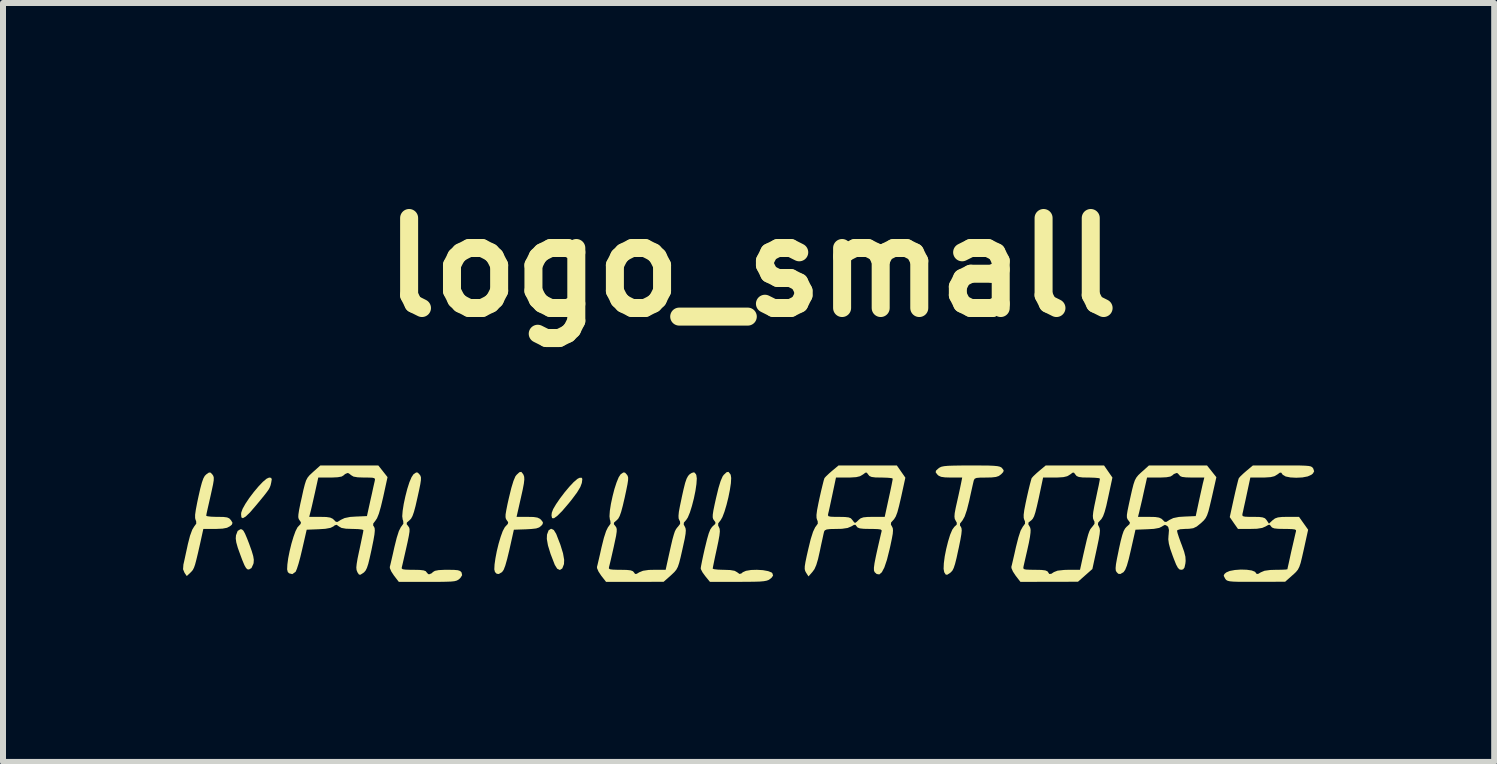
<source format=kicad_pcb>
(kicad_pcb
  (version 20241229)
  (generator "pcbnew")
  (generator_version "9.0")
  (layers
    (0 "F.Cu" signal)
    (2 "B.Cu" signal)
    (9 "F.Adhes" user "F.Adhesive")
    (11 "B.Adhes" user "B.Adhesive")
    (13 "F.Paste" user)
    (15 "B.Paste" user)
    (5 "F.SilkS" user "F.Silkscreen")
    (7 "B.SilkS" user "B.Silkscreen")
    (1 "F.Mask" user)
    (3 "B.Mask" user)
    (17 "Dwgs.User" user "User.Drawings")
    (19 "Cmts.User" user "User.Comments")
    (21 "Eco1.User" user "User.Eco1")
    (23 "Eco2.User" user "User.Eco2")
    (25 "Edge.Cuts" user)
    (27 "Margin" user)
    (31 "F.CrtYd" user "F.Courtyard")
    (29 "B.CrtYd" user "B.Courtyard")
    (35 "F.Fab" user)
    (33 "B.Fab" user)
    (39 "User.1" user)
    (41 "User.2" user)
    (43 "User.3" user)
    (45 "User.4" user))
  (footprint "logo_small"
    (layer "F.Cu")
    (at 9.481 1.404)
    (property "Reference" "logo_small" (at 0 0 0) (layer "F.SilkS") (effects (font (size 1.5 1.5) (thickness 0.3))))
    (attr board_only exclude_from_pos_files exclude_from_bom)
    (fp_poly (pts (xy -3.304 4.377) (xy -3.264 4.441) (xy -3.194 4.622) (xy -3.15 4.765) (xy -3.131 4.874) (xy -3.134 4.945) (xy -3.162 5.017) (xy -3.202 5.043) (xy -3.247 5.022) (xy -3.287 4.958) (xy -3.357 4.777) (xy -3.401 4.634) (xy -3.42 4.525) (xy -3.417 4.454) (xy -3.39 4.382) (xy -3.349 4.356)) (stroke (width 0) (type solid)) (fill yes) (layer "F.SilkS"))
    (fp_poly (pts (xy -2.828 3.526) (xy -2.835 3.581) (xy -2.837 3.594) (xy -2.862 3.661) (xy -2.916 3.751) (xy -3.003 3.868) (xy -3.058 3.936) (xy -3.164 4.06) (xy -3.245 4.141) (xy -3.301 4.181) (xy -3.333 4.179) (xy -3.342 4.136) (xy -3.337 4.088) (xy -3.314 4.028) (xy -3.265 3.945) (xy -3.199 3.849) (xy -3.123 3.749) (xy -3.044 3.655) (xy -2.971 3.577) (xy -2.91 3.525) (xy -2.875 3.507) (xy -2.84 3.506)) (stroke (width 0) (type solid)) (fill yes) (layer "F.SilkS"))
    (fp_poly (pts (xy -8.013 3.508) (xy -8.003 3.533) (xy -8.013 3.591) (xy -8.022 3.63) (xy -8.034 3.663) (xy -8.052 3.698) (xy -8.083 3.742) (xy -8.131 3.804) (xy -8.202 3.891) (xy -8.272 3.975) (xy -8.367 4.085) (xy -8.438 4.153) (xy -8.484 4.18) (xy -8.509 4.167) (xy -8.514 4.114) (xy -8.511 4.085) (xy -8.489 4.024) (xy -8.442 3.94) (xy -8.378 3.844) (xy -8.303 3.745) (xy -8.225 3.652) (xy -8.151 3.574) (xy -8.089 3.522) (xy -8.047 3.503)) (stroke (width 0) (type solid)) (fill yes) (layer "F.SilkS"))
    (fp_poly (pts (xy -8.5 4.367) (xy -8.476 4.388) (xy -8.449 4.436) (xy -8.414 4.518) (xy -8.38 4.606) (xy -8.337 4.726) (xy -8.312 4.811) (xy -8.302 4.872) (xy -8.305 4.922) (xy -8.309 4.941) (xy -8.341 5.011) (xy -8.383 5.035) (xy -8.408 5.032) (xy -8.432 5.01) (xy -8.459 4.962) (xy -8.494 4.878) (xy -8.525 4.795) (xy -8.569 4.673) (xy -8.594 4.584) (xy -8.603 4.519) (xy -8.599 4.466) (xy -8.597 4.46) (xy -8.571 4.392) (xy -8.527 4.365) (xy -8.526 4.364)) (stroke (width 0) (type solid)) (fill yes) (layer "F.SilkS"))
    (fp_poly (pts (xy -3.817 3.443) (xy -3.808 3.458) (xy -3.797 3.491) (xy -3.795 3.537) (xy -3.803 3.606) (xy -3.822 3.706) (xy -3.851 3.836) (xy -3.924 4.158) (xy -3.742 4.158) (xy -3.641 4.16) (xy -3.577 4.17) (xy -3.535 4.19) (xy -3.515 4.208) (xy -3.485 4.248) (xy -3.489 4.278) (xy -3.514 4.308) (xy -3.548 4.334) (xy -3.598 4.351) (xy -3.678 4.36) (xy -3.764 4.365) (xy -3.969 4.372) (xy -4.044 4.708) (xy -4.081 4.861) (xy -4.112 4.97) (xy -4.139 5.04) (xy -4.165 5.077) (xy -4.169 5.08) (xy -4.22 5.11) (xy -4.255 5.106) (xy -4.284 5.077) (xy -4.295 5.033) (xy -4.291 4.952) (xy -4.276 4.847) (xy -4.253 4.727) (xy -4.223 4.604) (xy -4.189 4.49) (xy -4.155 4.396) (xy -4.121 4.332) (xy -4.11 4.319) (xy -4.07 4.276) (xy -4.064 4.247) (xy -4.086 4.216) (xy -4.101 4.193) (xy -4.108 4.163) (xy -4.107 4.117) (xy -4.095 4.045) (xy -4.074 3.94) (xy -4.052 3.843) (xy -4.012 3.678) (xy -3.976 3.56) (xy -3.944 3.484) (xy -3.925 3.459) (xy -3.877 3.414) (xy -3.845 3.408)) (stroke (width 0) (type solid)) (fill yes) (layer "F.SilkS"))
    (fp_poly (pts (xy -9.022 3.421) (xy -8.993 3.451) (xy -8.977 3.475) (xy -8.969 3.504) (xy -8.97 3.549) (xy -8.981 3.617) (xy -9.003 3.719) (xy -9.023 3.81) (xy -9.05 3.929) (xy -9.073 4.03) (xy -9.089 4.103) (xy -9.095 4.138) (xy -9.096 4.139) (xy -9.073 4.148) (xy -9.012 4.155) (xy -8.926 4.158) (xy -8.909 4.158) (xy -8.81 4.159) (xy -8.748 4.167) (xy -8.711 4.183) (xy -8.684 4.212) (xy -8.682 4.214) (xy -8.657 4.257) (xy -8.668 4.288) (xy -8.699 4.314) (xy -8.749 4.34) (xy -8.823 4.354) (xy -8.933 4.359) (xy -8.95 4.359) (xy -9.143 4.359) (xy -9.197 4.605) (xy -9.232 4.759) (xy -9.259 4.871) (xy -9.28 4.951) (xy -9.299 5.005) (xy -9.318 5.042) (xy -9.341 5.07) (xy -9.358 5.087) (xy -9.419 5.144) (xy -9.456 5.091) (xy -9.481 5.031) (xy -9.475 4.951) (xy -9.473 4.944) (xy -9.458 4.877) (xy -9.437 4.779) (xy -9.412 4.665) (xy -9.401 4.613) (xy -9.365 4.473) (xy -9.328 4.372) (xy -9.296 4.319) (xy -9.261 4.271) (xy -9.263 4.228) (xy -9.271 4.212) (xy -9.28 4.178) (xy -9.28 4.122) (xy -9.268 4.038) (xy -9.245 3.917) (xy -9.226 3.828) (xy -9.194 3.686) (xy -9.167 3.586) (xy -9.143 3.518) (xy -9.119 3.475) (xy -9.093 3.449) (xy -9.049 3.419)) (stroke (width 0) (type solid)) (fill yes) (layer "F.SilkS"))
    (fp_poly (pts (xy -0.365 3.443) (xy -0.356 3.458) (xy -0.348 3.51) (xy -0.353 3.598) (xy -0.37 3.71) (xy -0.395 3.834) (xy -0.426 3.959) (xy -0.46 4.072) (xy -0.494 4.162) (xy -0.526 4.218) (xy -0.528 4.219) (xy -0.564 4.266) (xy -0.565 4.303) (xy -0.552 4.329) (xy -0.54 4.358) (xy -0.537 4.402) (xy -0.544 4.469) (xy -0.562 4.567) (xy -0.588 4.691) (xy -0.614 4.81) (xy -0.635 4.911) (xy -0.65 4.985) (xy -0.656 5.02) (xy -0.656 5.021) (xy -0.632 5.03) (xy -0.571 5.037) (xy -0.485 5.04) (xy -0.474 5.04) (xy -0.363 5.044) (xy -0.29 5.057) (xy -0.248 5.081) (xy -0.21 5.109) (xy -0.178 5.101) (xy -0.154 5.08) (xy -0.102 5.057) (xy -0.018 5.043) (xy 0.081 5.04) (xy 0.181 5.046) (xy 0.268 5.062) (xy 0.326 5.085) (xy 0.338 5.097) (xy 0.35 5.136) (xy 0.326 5.171) (xy 0.302 5.191) (xy 0.276 5.209) (xy 0.243 5.221) (xy 0.195 5.23) (xy 0.126 5.236) (xy 0.026 5.239) (xy -0.11 5.24) (xy -0.231 5.241) (xy -0.702 5.241) (xy -0.779 5.147) (xy -0.825 5.084) (xy -0.852 5.032) (xy -0.856 5.015) (xy -0.85 4.977) (xy -0.835 4.9) (xy -0.813 4.796) (xy -0.786 4.676) (xy -0.784 4.669) (xy -0.75 4.53) (xy -0.722 4.433) (xy -0.696 4.368) (xy -0.668 4.327) (xy -0.653 4.312) (xy -0.613 4.275) (xy -0.611 4.247) (xy -0.633 4.217) (xy -0.649 4.194) (xy -0.656 4.165) (xy -0.655 4.121) (xy -0.645 4.053) (xy -0.624 3.951) (xy -0.6 3.843) (xy -0.56 3.678) (xy -0.524 3.56) (xy -0.491 3.484) (xy -0.473 3.459) (xy -0.425 3.414) (xy -0.393 3.408)) (stroke (width 0) (type solid)) (fill yes) (layer "F.SilkS"))
    (fp_poly (pts (xy 3.812 3.302) (xy 3.938 3.303) (xy 4.028 3.307) (xy 4.089 3.313) (xy 4.128 3.322) (xy 4.153 3.334) (xy 4.166 3.347) (xy 4.192 3.382) (xy 4.185 3.411) (xy 4.15 3.448) (xy 4.111 3.477) (xy 4.063 3.493) (xy 3.991 3.501) (xy 3.898 3.503) (xy 3.8 3.504) (xy 3.741 3.509) (xy 3.71 3.522) (xy 3.696 3.545) (xy 3.692 3.559) (xy 3.681 3.606) (xy 3.662 3.69) (xy 3.638 3.797) (xy 3.618 3.89) (xy 3.579 4.044) (xy 3.542 4.152) (xy 3.506 4.217) (xy 3.501 4.223) (xy 3.465 4.269) (xy 3.464 4.302) (xy 3.478 4.322) (xy 3.489 4.346) (xy 3.493 4.385) (xy 3.487 4.447) (xy 3.471 4.54) (xy 3.444 4.673) (xy 3.437 4.703) (xy 3.407 4.843) (xy 3.382 4.942) (xy 3.36 5.009) (xy 3.338 5.053) (xy 3.312 5.081) (xy 3.299 5.092) (xy 3.252 5.122) (xy 3.227 5.12) (xy 3.203 5.083) (xy 3.201 5.079) (xy 3.191 5.023) (xy 3.195 4.931) (xy 3.21 4.816) (xy 3.235 4.691) (xy 3.266 4.567) (xy 3.3 4.456) (xy 3.336 4.371) (xy 3.369 4.325) (xy 3.409 4.288) (xy 3.411 4.256) (xy 3.393 4.223) (xy 3.377 4.192) (xy 3.372 4.154) (xy 3.376 4.097) (xy 3.392 4.011) (xy 3.413 3.917) (xy 3.439 3.801) (xy 3.462 3.695) (xy 3.479 3.614) (xy 3.485 3.584) (xy 3.501 3.503) (xy 3.317 3.503) (xy 3.215 3.5) (xy 3.15 3.491) (xy 3.108 3.472) (xy 3.087 3.453) (xy 3.059 3.416) (xy 3.064 3.388) (xy 3.102 3.353) (xy 3.127 3.335) (xy 3.157 3.322) (xy 3.202 3.313) (xy 3.267 3.307) (xy 3.361 3.304) (xy 3.491 3.302) (xy 3.644 3.302)) (stroke (width 0) (type solid)) (fill yes) (layer "F.SilkS"))
    (fp_poly (pts (xy -5.57 3.421) (xy -5.541 3.451) (xy -5.525 3.474) (xy -5.517 3.503) (xy -5.518 3.547) (xy -5.528 3.614) (xy -5.548 3.713) (xy -5.575 3.835) (xy -5.607 3.976) (xy -5.634 4.076) (xy -5.658 4.144) (xy -5.682 4.188) (xy -5.709 4.216) (xy -5.711 4.217) (xy -5.752 4.253) (xy -5.755 4.28) (xy -5.732 4.31) (xy -5.715 4.333) (xy -5.707 4.361) (xy -5.708 4.406) (xy -5.719 4.475) (xy -5.74 4.578) (xy -5.757 4.654) (xy -5.784 4.773) (xy -5.808 4.878) (xy -5.826 4.956) (xy -5.836 4.996) (xy -5.838 5.017) (xy -5.82 5.031) (xy -5.775 5.037) (xy -5.691 5.04) (xy -5.645 5.04) (xy -5.537 5.042) (xy -5.471 5.05) (xy -5.436 5.064) (xy -5.427 5.077) (xy -5.397 5.111) (xy -5.38 5.115) (xy -5.339 5.098) (xy -5.317 5.077) (xy -5.284 5.057) (xy -5.222 5.045) (xy -5.122 5.04) (xy -5.075 5.04) (xy -4.969 5.041) (xy -4.902 5.047) (xy -4.864 5.06) (xy -4.842 5.082) (xy -4.84 5.087) (xy -4.831 5.13) (xy -4.859 5.174) (xy -4.872 5.187) (xy -4.895 5.206) (xy -4.922 5.22) (xy -4.96 5.23) (xy -5.018 5.236) (xy -5.103 5.239) (xy -5.223 5.241) (xy -5.384 5.241) (xy -5.408 5.241) (xy -5.886 5.241) (xy -5.967 5.136) (xy -6.011 5.069) (xy -6.035 5.013) (xy -6.036 4.991) (xy -6.026 4.952) (xy -6.008 4.875) (xy -5.984 4.771) (xy -5.96 4.663) (xy -5.921 4.507) (xy -5.885 4.394) (xy -5.851 4.327) (xy -5.845 4.32) (xy -5.81 4.271) (xy -5.813 4.224) (xy -5.821 4.205) (xy -5.829 4.148) (xy -5.822 4.057) (xy -5.804 3.942) (xy -5.777 3.817) (xy -5.745 3.692) (xy -5.71 3.582) (xy -5.674 3.497) (xy -5.642 3.449) (xy -5.641 3.448) (xy -5.597 3.418)) (stroke (width 0) (type solid)) (fill yes) (layer "F.SilkS"))
    (fp_poly (pts (xy -0.937 3.445) (xy -0.929 3.461) (xy -0.921 3.518) (xy -0.927 3.611) (xy -0.944 3.726) (xy -0.97 3.852) (xy -1.002 3.976) (xy -1.036 4.085) (xy -1.071 4.169) (xy -1.098 4.21) (xy -1.136 4.253) (xy -1.139 4.287) (xy -1.122 4.318) (xy -1.109 4.346) (xy -1.104 4.383) (xy -1.108 4.439) (xy -1.122 4.522) (xy -1.148 4.641) (xy -1.161 4.7) (xy -1.191 4.832) (xy -1.215 4.926) (xy -1.237 4.991) (xy -1.262 5.038) (xy -1.294 5.077) (xy -1.338 5.119) (xy -1.354 5.134) (xy -1.474 5.24) (xy -1.954 5.241) (xy -2.433 5.241) (xy -2.515 5.136) (xy -2.559 5.069) (xy -2.583 5.013) (xy -2.584 4.991) (xy -2.574 4.952) (xy -2.556 4.875) (xy -2.532 4.771) (xy -2.508 4.663) (xy -2.469 4.507) (xy -2.432 4.394) (xy -2.399 4.327) (xy -2.392 4.32) (xy -2.358 4.271) (xy -2.361 4.224) (xy -2.369 4.205) (xy -2.376 4.148) (xy -2.37 4.057) (xy -2.352 3.942) (xy -2.325 3.817) (xy -2.293 3.692) (xy -2.257 3.582) (xy -2.222 3.497) (xy -2.19 3.449) (xy -2.189 3.448) (xy -2.145 3.418) (xy -2.117 3.421) (xy -2.089 3.451) (xy -2.073 3.474) (xy -2.065 3.503) (xy -2.066 3.547) (xy -2.076 3.614) (xy -2.096 3.713) (xy -2.122 3.835) (xy -2.155 3.976) (xy -2.182 4.076) (xy -2.206 4.144) (xy -2.23 4.188) (xy -2.257 4.216) (xy -2.259 4.217) (xy -2.3 4.253) (xy -2.303 4.28) (xy -2.279 4.31) (xy -2.263 4.333) (xy -2.255 4.361) (xy -2.256 4.406) (xy -2.266 4.475) (xy -2.288 4.578) (xy -2.304 4.654) (xy -2.331 4.773) (xy -2.355 4.878) (xy -2.374 4.956) (xy -2.384 4.996) (xy -2.386 5.018) (xy -2.368 5.031) (xy -2.322 5.037) (xy -2.238 5.04) (xy -2.195 5.04) (xy -2.089 5.042) (xy -2.023 5.049) (xy -1.985 5.064) (xy -1.969 5.082) (xy -1.949 5.109) (xy -1.922 5.107) (xy -1.881 5.082) (xy -1.817 5.056) (xy -1.722 5.042) (xy -1.628 5.04) (xy -1.44 5.04) (xy -1.386 4.794) (xy -1.352 4.642) (xy -1.326 4.531) (xy -1.304 4.453) (xy -1.286 4.399) (xy -1.267 4.362) (xy -1.246 4.334) (xy -1.234 4.321) (xy -1.199 4.275) (xy -1.2 4.237) (xy -1.212 4.213) (xy -1.224 4.184) (xy -1.226 4.141) (xy -1.22 4.075) (xy -1.202 3.978) (xy -1.173 3.841) (xy -1.173 3.839) (xy -1.141 3.695) (xy -1.115 3.592) (xy -1.091 3.522) (xy -1.066 3.476) (xy -1.038 3.446) (xy -1.004 3.425) (xy -0.965 3.415)) (stroke (width 0) (type solid)) (fill yes) (layer "F.SilkS"))
    (fp_poly (pts (xy 9.002 3.301) (xy 9.127 3.302) (xy 9.215 3.305) (xy 9.275 3.31) (xy 9.311 3.318) (xy 9.333 3.331) (xy 9.346 3.347) (xy 9.351 3.355) (xy 9.365 3.399) (xy 9.345 3.435) (xy 9.32 3.456) (xy 9.258 3.484) (xy 9.169 3.501) (xy 9.068 3.506) (xy 8.97 3.501) (xy 8.89 3.485) (xy 8.842 3.457) (xy 8.84 3.454) (xy 8.817 3.422) (xy 8.793 3.422) (xy 8.749 3.454) (xy 8.748 3.454) (xy 8.702 3.481) (xy 8.639 3.496) (xy 8.546 3.502) (xy 8.494 3.503) (xy 8.302 3.503) (xy 8.244 3.773) (xy 8.219 3.89) (xy 8.196 3.993) (xy 8.18 4.069) (xy 8.172 4.101) (xy 8.168 4.13) (xy 8.179 4.147) (xy 8.215 4.155) (xy 8.285 4.158) (xy 8.347 4.158) (xy 8.447 4.159) (xy 8.508 4.167) (xy 8.546 4.182) (xy 8.571 4.21) (xy 8.574 4.214) (xy 8.612 4.271) (xy 8.673 4.214) (xy 8.713 4.184) (xy 8.762 4.167) (xy 8.833 4.159) (xy 8.924 4.158) (xy 9.113 4.158) (xy 9.189 4.265) (xy 9.265 4.372) (xy 9.193 4.7) (xy 9.163 4.832) (xy 9.14 4.926) (xy 9.118 4.991) (xy 9.094 5.038) (xy 9.062 5.077) (xy 9.018 5.119) (xy 9.001 5.133) (xy 8.882 5.239) (xy 8.4 5.24) (xy 8.233 5.24) (xy 8.109 5.24) (xy 8.021 5.237) (xy 7.963 5.232) (xy 7.925 5.223) (xy 7.902 5.211) (xy 7.887 5.194) (xy 7.881 5.184) (xy 7.858 5.14) (xy 7.87 5.11) (xy 7.902 5.083) (xy 7.959 5.059) (xy 8.045 5.043) (xy 8.144 5.036) (xy 8.243 5.039) (xy 8.325 5.051) (xy 8.378 5.072) (xy 8.387 5.082) (xy 8.408 5.109) (xy 8.434 5.107) (xy 8.476 5.082) (xy 8.538 5.056) (xy 8.632 5.043) (xy 8.73 5.04) (xy 8.821 5.039) (xy 8.888 5.036) (xy 8.919 5.031) (xy 8.92 5.03) (xy 8.925 5.002) (xy 8.94 4.936) (xy 8.96 4.845) (xy 8.983 4.739) (xy 9.008 4.631) (xy 9.031 4.532) (xy 9.049 4.453) (xy 9.06 4.408) (xy 9.062 4.403) (xy 9.063 4.381) (xy 9.046 4.368) (xy 9 4.362) (xy 8.916 4.359) (xy 8.873 4.359) (xy 8.767 4.357) (xy 8.7 4.35) (xy 8.663 4.335) (xy 8.647 4.317) (xy 8.627 4.29) (xy 8.6 4.292) (xy 8.558 4.317) (xy 8.5 4.342) (xy 8.412 4.356) (xy 8.295 4.359) (xy 8.096 4.359) (xy 8.027 4.261) (xy 7.959 4.162) (xy 8.027 3.851) (xy 8.054 3.731) (xy 8.079 3.627) (xy 8.098 3.551) (xy 8.11 3.513) (xy 8.111 3.512) (xy 8.138 3.481) (xy 8.191 3.431) (xy 8.236 3.392) (xy 8.345 3.301) (xy 8.834 3.301)) (stroke (width 0) (type solid)) (fill yes) (layer "F.SilkS"))
    (fp_poly (pts (xy 5.934 3.402) (xy 6.004 3.503) (xy 5.934 3.829) (xy 5.902 3.974) (xy 5.874 4.077) (xy 5.848 4.148) (xy 5.821 4.194) (xy 5.805 4.211) (xy 5.766 4.255) (xy 5.763 4.289) (xy 5.779 4.32) (xy 5.791 4.348) (xy 5.796 4.387) (xy 5.791 4.445) (xy 5.776 4.533) (xy 5.75 4.658) (xy 5.741 4.7) (xy 5.67 5.027) (xy 5.55 5.133) (xy 5.43 5.239) (xy 4.951 5.24) (xy 4.471 5.241) (xy 4.39 5.136) (xy 4.346 5.069) (xy 4.322 5.013) (xy 4.322 5.011) (xy 4.519 5.011) (xy 4.529 5.028) (xy 4.563 5.036) (xy 4.63 5.039) (xy 4.712 5.04) (xy 4.82 5.042) (xy 4.886 5.05) (xy 4.921 5.065) (xy 4.93 5.077) (xy 4.952 5.11) (xy 4.987 5.106) (xy 5.029 5.078) (xy 5.091 5.054) (xy 5.201 5.042) (xy 5.271 5.04) (xy 5.464 5.04) (xy 5.518 4.794) (xy 5.553 4.642) (xy 5.579 4.531) (xy 5.6 4.453) (xy 5.619 4.399) (xy 5.637 4.362) (xy 5.659 4.334) (xy 5.67 4.321) (xy 5.705 4.275) (xy 5.705 4.237) (xy 5.692 4.213) (xy 5.681 4.184) (xy 5.678 4.14) (xy 5.685 4.074) (xy 5.703 3.975) (xy 5.729 3.852) (xy 5.754 3.732) (xy 5.776 3.631) (xy 5.79 3.558) (xy 5.796 3.523) (xy 5.796 3.521) (xy 5.773 3.512) (xy 5.711 3.506) (xy 5.624 3.503) (xy 5.607 3.503) (xy 5.506 3.501) (xy 5.444 3.493) (xy 5.407 3.477) (xy 5.388 3.454) (xy 5.364 3.422) (xy 5.34 3.422) (xy 5.297 3.454) (xy 5.296 3.454) (xy 5.25 3.481) (xy 5.187 3.496) (xy 5.094 3.502) (xy 5.042 3.503) (xy 4.849 3.503) (xy 4.777 3.843) (xy 4.745 3.984) (xy 4.72 4.083) (xy 4.698 4.15) (xy 4.675 4.192) (xy 4.65 4.218) (xy 4.645 4.221) (xy 4.605 4.253) (xy 4.604 4.285) (xy 4.623 4.316) (xy 4.635 4.341) (xy 4.641 4.375) (xy 4.639 4.423) (xy 4.63 4.493) (xy 4.612 4.59) (xy 4.583 4.721) (xy 4.544 4.891) (xy 4.523 4.983) (xy 4.519 5.011) (xy 4.322 5.011) (xy 4.32 4.991) (xy 4.33 4.952) (xy 4.348 4.875) (xy 4.372 4.771) (xy 4.396 4.663) (xy 4.437 4.502) (xy 4.474 4.388) (xy 4.51 4.323) (xy 4.513 4.319) (xy 4.548 4.271) (xy 4.546 4.229) (xy 4.536 4.21) (xy 4.526 4.176) (xy 4.525 4.124) (xy 4.535 4.046) (xy 4.557 3.933) (xy 4.575 3.848) (xy 4.602 3.728) (xy 4.627 3.625) (xy 4.647 3.55) (xy 4.658 3.513) (xy 4.659 3.512) (xy 4.686 3.481) (xy 4.739 3.431) (xy 4.784 3.392) (xy 4.893 3.301) (xy 5.379 3.301) (xy 5.864 3.301)) (stroke (width 0) (type solid)) (fill yes) (layer "F.SilkS"))
    (fp_poly (pts (xy 7.658 3.399) (xy 7.736 3.497) (xy 7.66 3.834) (xy 7.628 3.969) (xy 7.604 4.065) (xy 7.581 4.132) (xy 7.557 4.179) (xy 7.527 4.217) (xy 7.487 4.255) (xy 7.477 4.264) (xy 7.409 4.319) (xy 7.351 4.347) (xy 7.279 4.357) (xy 7.226 4.358) (xy 7.134 4.364) (xy 7.088 4.378) (xy 7.081 4.391) (xy 7.089 4.428) (xy 7.112 4.499) (xy 7.145 4.591) (xy 7.158 4.624) (xy 7.199 4.738) (xy 7.22 4.822) (xy 7.224 4.892) (xy 7.22 4.933) (xy 7.205 5.002) (xy 7.182 5.033) (xy 7.149 5.04) (xy 7.12 5.033) (xy 7.094 5.006) (xy 7.065 4.952) (xy 7.029 4.862) (xy 7.009 4.809) (xy 6.967 4.69) (xy 6.944 4.602) (xy 6.935 4.532) (xy 6.939 4.464) (xy 6.94 4.46) (xy 6.946 4.377) (xy 6.934 4.328) (xy 6.917 4.309) (xy 6.879 4.291) (xy 6.84 4.311) (xy 6.834 4.317) (xy 6.783 4.342) (xy 6.694 4.358) (xy 6.589 4.364) (xy 6.388 4.372) (xy 6.312 4.708) (xy 6.276 4.861) (xy 6.245 4.97) (xy 6.217 5.04) (xy 6.191 5.077) (xy 6.188 5.08) (xy 6.136 5.11) (xy 6.101 5.106) (xy 6.072 5.076) (xy 6.06 5.052) (xy 6.057 5.012) (xy 6.063 4.948) (xy 6.08 4.853) (xy 6.108 4.717) (xy 6.11 4.704) (xy 6.141 4.564) (xy 6.167 4.465) (xy 6.19 4.397) (xy 6.214 4.353) (xy 6.242 4.321) (xy 6.247 4.318) (xy 6.289 4.279) (xy 6.295 4.251) (xy 6.27 4.217) (xy 6.254 4.195) (xy 6.245 4.167) (xy 6.245 4.158) (xy 6.43 4.158) (xy 6.613 4.158) (xy 6.715 4.16) (xy 6.78 4.17) (xy 6.821 4.189) (xy 6.841 4.207) (xy 6.874 4.24) (xy 6.902 4.242) (xy 6.947 4.214) (xy 6.954 4.209) (xy 7.018 4.178) (xy 7.112 4.159) (xy 7.207 4.153) (xy 7.392 4.145) (xy 7.446 3.893) (xy 7.471 3.779) (xy 7.494 3.676) (xy 7.511 3.599) (xy 7.518 3.572) (xy 7.535 3.503) (xy 7.336 3.503) (xy 7.229 3.5) (xy 7.164 3.492) (xy 7.13 3.477) (xy 7.122 3.465) (xy 7.09 3.431) (xy 7.072 3.427) (xy 7.027 3.445) (xy 7.005 3.465) (xy 6.97 3.486) (xy 6.904 3.498) (xy 6.798 3.503) (xy 6.777 3.503) (xy 6.581 3.503) (xy 6.526 3.748) (xy 6.501 3.863) (xy 6.476 3.969) (xy 6.457 4.049) (xy 6.451 4.076) (xy 6.43 4.158) (xy 6.245 4.158) (xy 6.245 4.125) (xy 6.255 4.06) (xy 6.275 3.963) (xy 6.301 3.843) (xy 6.331 3.71) (xy 6.355 3.616) (xy 6.377 3.551) (xy 6.402 3.504) (xy 6.434 3.464) (xy 6.478 3.422) (xy 6.494 3.408) (xy 6.613 3.301) (xy 7.097 3.301) (xy 7.58 3.301)) (stroke (width 0) (type solid)) (fill yes) (layer "F.SilkS"))
    (fp_poly (pts (xy -6.151 3.398) (xy -6.074 3.496) (xy -6.147 3.83) (xy -6.185 3.989) (xy -6.218 4.104) (xy -6.249 4.181) (xy -6.277 4.223) (xy -6.312 4.269) (xy -6.313 4.303) (xy -6.3 4.321) (xy -6.289 4.345) (xy -6.286 4.386) (xy -6.292 4.451) (xy -6.309 4.549) (xy -6.337 4.687) (xy -6.34 4.702) (xy -6.371 4.842) (xy -6.395 4.941) (xy -6.417 5.008) (xy -6.439 5.052) (xy -6.464 5.081) (xy -6.478 5.092) (xy -6.525 5.122) (xy -6.55 5.119) (xy -6.575 5.082) (xy -6.577 5.077) (xy -6.59 5.044) (xy -6.594 5.002) (xy -6.588 4.941) (xy -6.573 4.851) (xy -6.546 4.723) (xy -6.542 4.706) (xy -6.517 4.587) (xy -6.496 4.486) (xy -6.481 4.414) (xy -6.476 4.379) (xy -6.476 4.378) (xy -6.499 4.369) (xy -6.56 4.362) (xy -6.646 4.359) (xy -6.657 4.359) (xy -6.768 4.355) (xy -6.841 4.342) (xy -6.883 4.318) (xy -6.922 4.29) (xy -6.954 4.299) (xy -6.974 4.316) (xy -7.024 4.341) (xy -7.111 4.357) (xy -7.22 4.364) (xy -7.421 4.372) (xy -7.497 4.703) (xy -7.527 4.828) (xy -7.557 4.939) (xy -7.584 5.023) (xy -7.604 5.07) (xy -7.607 5.074) (xy -7.66 5.112) (xy -7.713 5.099) (xy -7.736 5.077) (xy -7.747 5.033) (xy -7.743 4.952) (xy -7.729 4.847) (xy -7.705 4.727) (xy -7.675 4.604) (xy -7.641 4.49) (xy -7.607 4.396) (xy -7.574 4.332) (xy -7.562 4.319) (xy -7.522 4.276) (xy -7.517 4.247) (xy -7.539 4.216) (xy -7.554 4.193) (xy -7.561 4.163) (xy -7.561 4.158) (xy -7.379 4.158) (xy -7.196 4.158) (xy -7.094 4.16) (xy -7.029 4.17) (xy -6.988 4.189) (xy -6.968 4.207) (xy -6.935 4.24) (xy -6.907 4.242) (xy -6.862 4.214) (xy -6.855 4.209) (xy -6.79 4.178) (xy -6.697 4.159) (xy -6.602 4.153) (xy -6.417 4.145) (xy -6.359 3.881) (xy -6.333 3.766) (xy -6.311 3.664) (xy -6.294 3.589) (xy -6.287 3.559) (xy -6.283 3.53) (xy -6.294 3.513) (xy -6.33 3.505) (xy -6.401 3.503) (xy -6.46 3.503) (xy -6.571 3.499) (xy -6.641 3.487) (xy -6.678 3.465) (xy -6.719 3.433) (xy -6.741 3.427) (xy -6.782 3.445) (xy -6.804 3.465) (xy -6.838 3.486) (xy -6.905 3.498) (xy -7.011 3.503) (xy -7.031 3.503) (xy -7.228 3.503) (xy -7.282 3.748) (xy -7.308 3.863) (xy -7.332 3.969) (xy -7.351 4.049) (xy -7.358 4.076) (xy -7.379 4.158) (xy -7.561 4.158) (xy -7.559 4.117) (xy -7.548 4.045) (xy -7.527 3.94) (xy -7.505 3.843) (xy -7.476 3.71) (xy -7.452 3.616) (xy -7.431 3.551) (xy -7.406 3.504) (xy -7.374 3.465) (xy -7.33 3.424) (xy -7.314 3.409) (xy -7.194 3.302) (xy -6.711 3.302) (xy -6.228 3.301)) (stroke (width 0) (type solid)) (fill yes) (layer "F.SilkS"))
    (fp_poly (pts (xy 2.483 3.403) (xy 2.554 3.505) (xy 2.483 3.83) (xy 2.449 3.976) (xy 2.421 4.081) (xy 2.394 4.152) (xy 2.366 4.197) (xy 2.354 4.21) (xy 2.316 4.252) (xy 2.313 4.287) (xy 2.331 4.318) (xy 2.344 4.346) (xy 2.348 4.383) (xy 2.344 4.439) (xy 2.329 4.522) (xy 2.304 4.641) (xy 2.291 4.698) (xy 2.247 4.874) (xy 2.204 5.001) (xy 2.162 5.081) (xy 2.12 5.117) (xy 2.076 5.11) (xy 2.042 5.079) (xy 2.031 5.052) (xy 2.03 5.005) (xy 2.04 4.93) (xy 2.062 4.819) (xy 2.078 4.745) (xy 2.105 4.625) (xy 2.129 4.521) (xy 2.147 4.443) (xy 2.157 4.403) (xy 2.159 4.381) (xy 2.141 4.368) (xy 2.095 4.362) (xy 2.011 4.359) (xy 1.968 4.359) (xy 1.862 4.357) (xy 1.796 4.35) (xy 1.758 4.335) (xy 1.743 4.317) (xy 1.722 4.29) (xy 1.696 4.292) (xy 1.654 4.317) (xy 1.591 4.343) (xy 1.496 4.357) (xy 1.401 4.359) (xy 1.302 4.361) (xy 1.243 4.368) (xy 1.212 4.383) (xy 1.2 4.403) (xy 1.19 4.445) (xy 1.173 4.524) (xy 1.15 4.628) (xy 1.13 4.724) (xy 1.099 4.862) (xy 1.07 4.959) (xy 1.04 5.028) (xy 1.006 5.075) (xy 0.94 5.15) (xy 0.9 5.088) (xy 0.885 5.06) (xy 0.877 5.027) (xy 0.878 4.981) (xy 0.889 4.912) (xy 0.91 4.811) (xy 0.935 4.701) (xy 0.977 4.528) (xy 1.016 4.406) (xy 1.051 4.332) (xy 1.061 4.319) (xy 1.095 4.271) (xy 1.093 4.229) (xy 1.084 4.21) (xy 1.074 4.176) (xy 1.073 4.13) (xy 1.264 4.13) (xy 1.274 4.147) (xy 1.309 4.155) (xy 1.378 4.158) (xy 1.446 4.158) (xy 1.547 4.16) (xy 1.609 4.167) (xy 1.646 4.182) (xy 1.669 4.208) (xy 1.699 4.247) (xy 1.716 4.259) (xy 1.742 4.242) (xy 1.776 4.208) (xy 1.809 4.182) (xy 1.855 4.166) (xy 1.927 4.159) (xy 2.016 4.158) (xy 2.21 4.158) (xy 2.277 3.849) (xy 2.303 3.73) (xy 2.324 3.629) (xy 2.338 3.557) (xy 2.344 3.522) (xy 2.344 3.521) (xy 2.321 3.512) (xy 2.259 3.506) (xy 2.172 3.503) (xy 2.155 3.503) (xy 2.054 3.501) (xy 1.992 3.493) (xy 1.955 3.477) (xy 1.936 3.454) (xy 1.912 3.422) (xy 1.888 3.422) (xy 1.845 3.454) (xy 1.844 3.454) (xy 1.798 3.481) (xy 1.735 3.496) (xy 1.642 3.502) (xy 1.59 3.503) (xy 1.398 3.503) (xy 1.341 3.773) (xy 1.316 3.89) (xy 1.294 3.993) (xy 1.277 4.069) (xy 1.269 4.101) (xy 1.264 4.13) (xy 1.073 4.13) (xy 1.073 4.124) (xy 1.083 4.046) (xy 1.105 3.933) (xy 1.123 3.848) (xy 1.15 3.728) (xy 1.175 3.625) (xy 1.194 3.55) (xy 1.206 3.513) (xy 1.206 3.512) (xy 1.234 3.481) (xy 1.287 3.431) (xy 1.332 3.392) (xy 1.441 3.301) (xy 1.927 3.301) (xy 2.412 3.301)) (stroke (width 0) (type solid)) (fill yes) (layer "F.SilkS")))
  (gr_rect
    (start -3 -3)
    (end 21.846 9.645)
    (stroke (width 0.1) (type default))
    (fill no)
    (layer "Edge.Cuts")))
</source>
